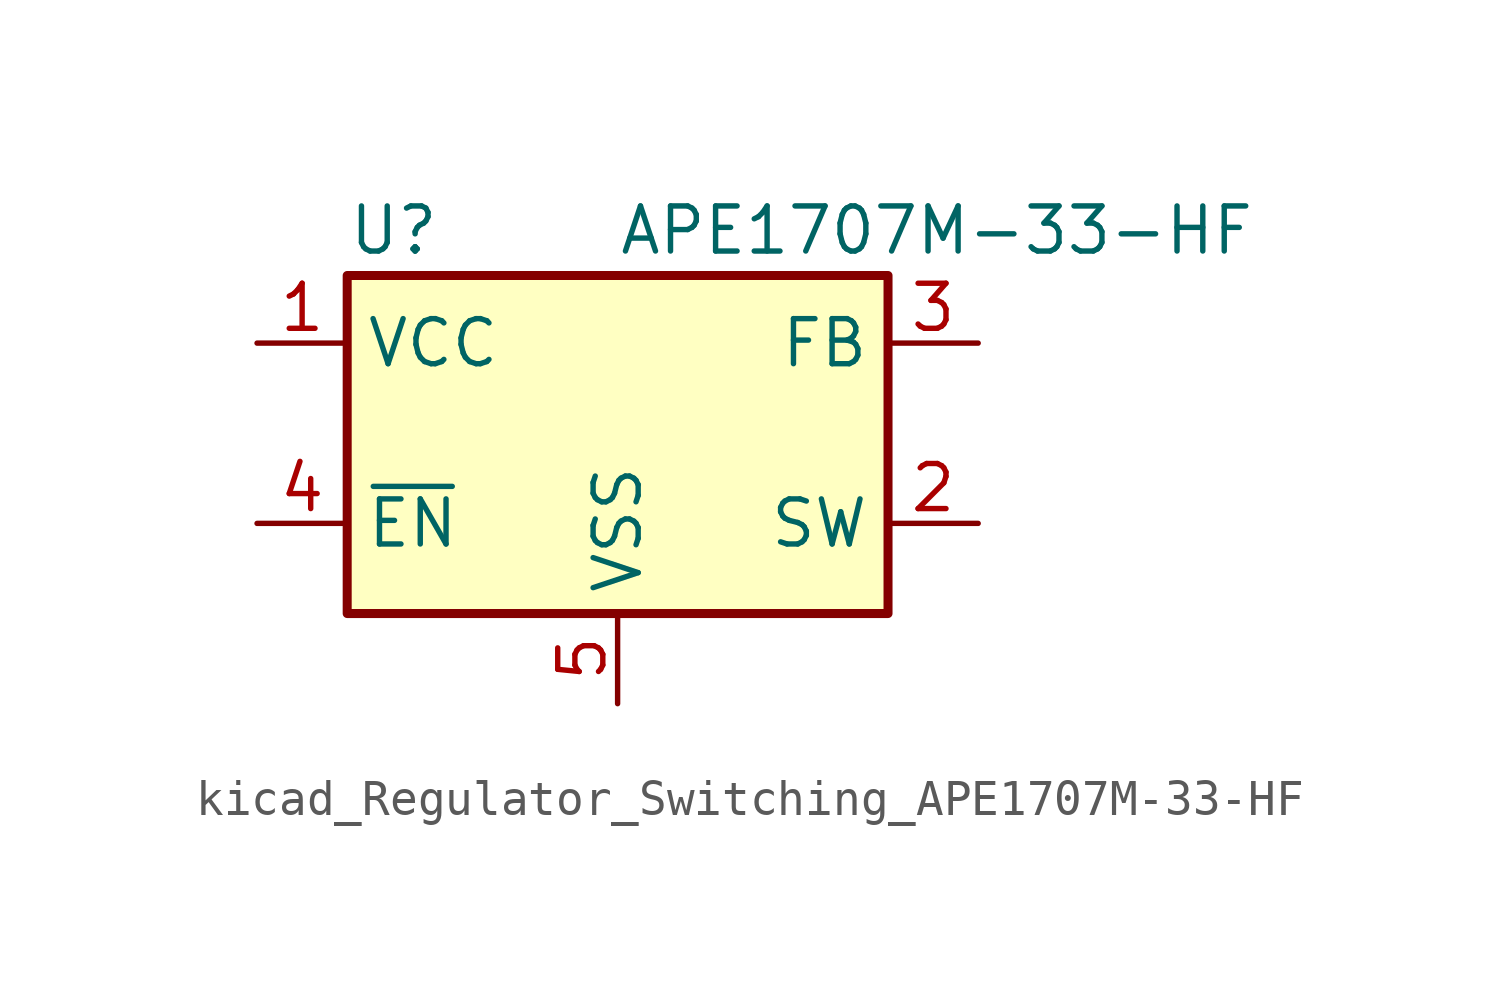
<source format=kicad_sym>
(kicad_symbol_lib
  (version 20220914)
  (generator kicad_symbol_editor)
  (symbol "kicad_Regulator_Switching_APE1707M-33-HF"
    (property "Reference" "U"
      (at -7.62 5.715 0)
      (effects (font (size 1.27 1.27)) (justify left)))
    (property "Value" "APE1707M-33-HF"
      (at 0 5.715 0)
      (effects (font (size 1.27 1.27)) (justify left)))
    (symbol "kicad_Regulator_Switching_APE1707M-33-HF_0_1"
      (rectangle (start -7.62 4.445) (end 7.62 -5.08) (stroke (width 0.254) (type default)) (fill (type background))))
    (symbol "kicad_Regulator_Switching_APE1707M-33-HF_1_1"
      (pin power_in line (at -10.16 2.54 0) (length 2.54) (name "VCC" (effects (font (size 1.27 1.27)))) (number "1" (effects (font (size 1.27 1.27)))))
      (pin output line (at 10.16 -2.54 180) (length 2.54) (name "SW" (effects (font (size 1.27 1.27)))) (number "2" (effects (font (size 1.27 1.27)))))
      (pin input line (at 10.16 2.54 180) (length 2.54) (name "FB" (effects (font (size 1.27 1.27)))) (number "3" (effects (font (size 1.27 1.27)))))
      (pin input line (at -10.16 -2.54 0) (length 2.54) (name "~{EN}" (effects (font (size 1.27 1.27)))) (number "4" (effects (font (size 1.27 1.27)))))
      (pin power_in line (at 0 -7.62 90) (length 2.54) (name "VSS" (effects (font (size 1.27 1.27)))) (number "5" (effects (font (size 1.27 1.27)))))
      (pin passive line (at 0 -7.62 90) (length 2.54) hide (name "VSS" (effects (font (size 1.27 1.27)))) (number "6" (effects (font (size 1.27 1.27)))))
      (pin passive line (at 0 -7.62 90) (length 2.54) hide (name "VSS" (effects (font (size 1.27 1.27)))) (number "7" (effects (font (size 1.27 1.27)))))
      (pin passive line (at 0 -7.62 90) (length 2.54) hide (name "VSS" (effects (font (size 1.27 1.27)))) (number "8" (effects (font (size 1.27 1.27))))))))
</source>
